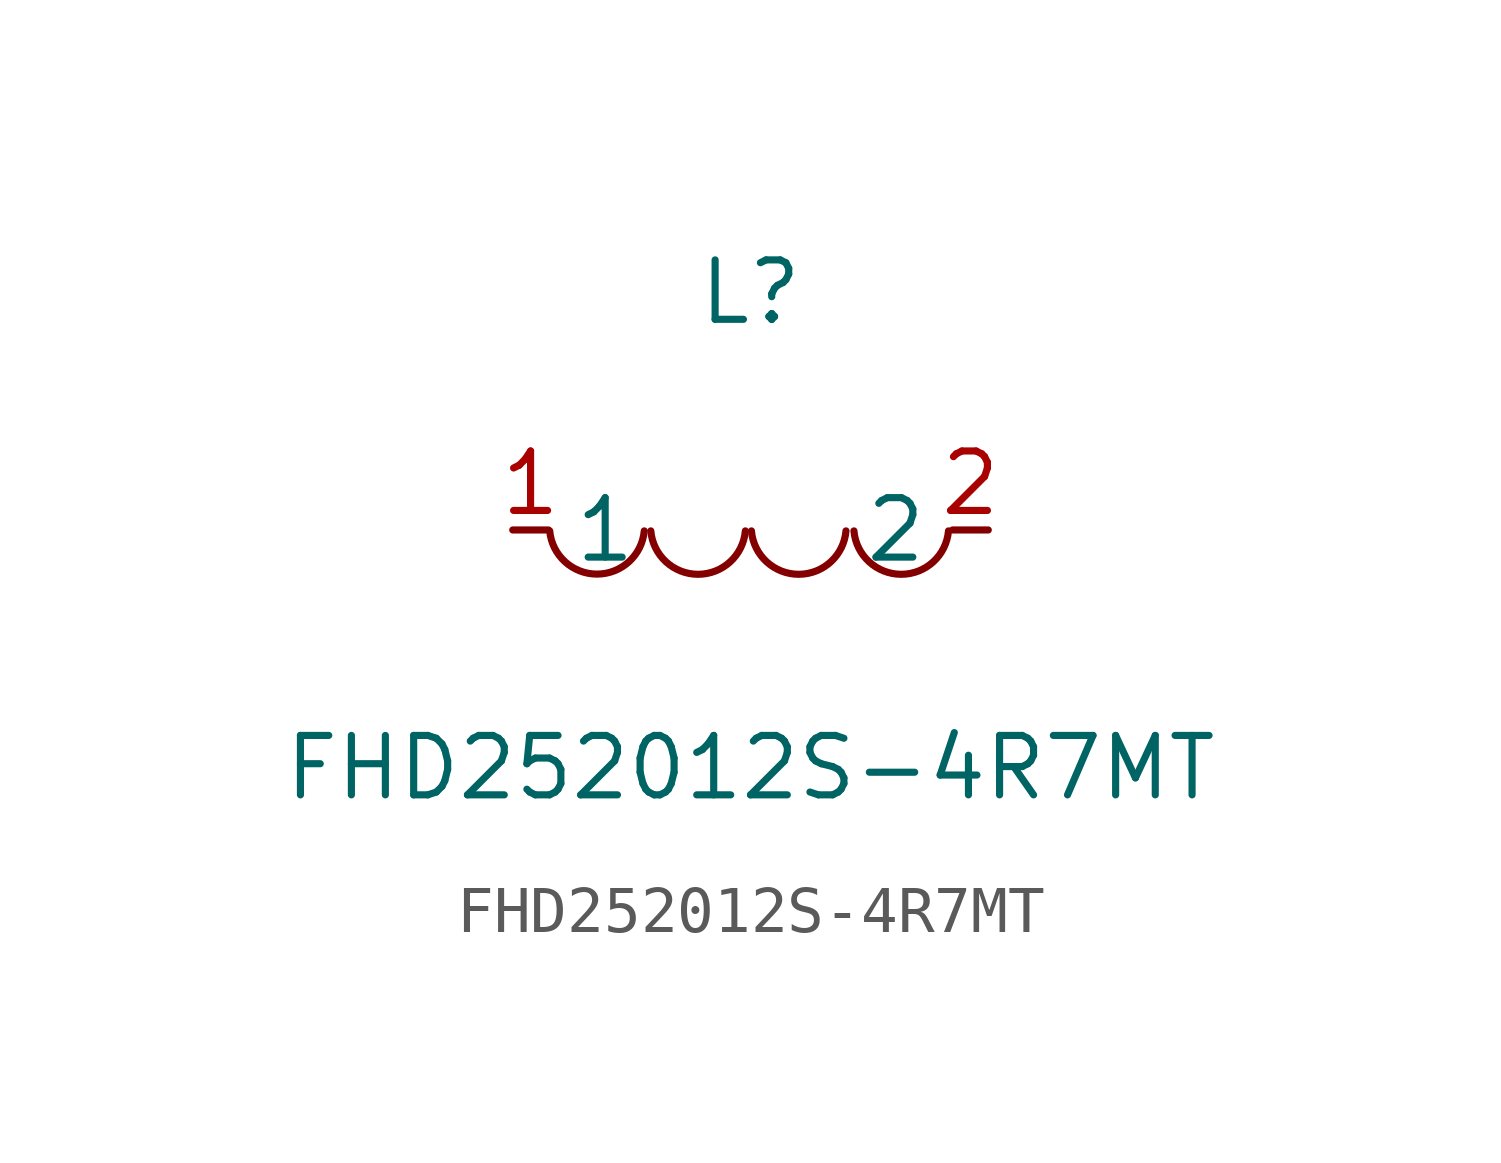
<source format=kicad_sym>
(kicad_symbol_lib
  (version 20211014)
  (generator https://github.com/uPesy/easyeda2kicad.py)
  (symbol "FHD252012S-4R7MT"
    (property "Reference" "L"
      (at 0 5.08 0)
      (effects (font (size 1.27 1.27))))
    (property "Value" "FHD252012S-4R7MT"
      (at 0 -5.08 0)
      (effects (font (size 1.27 1.27))))
    (symbol "FHD252012S-4R7MT_0_1"
      (arc (start 2.21 -0.02) (mid 3.68 -1.01) (end 4.23 -0.02) (stroke (width 0) (type default) (color 0 0 0 0)) (fill (type none)))
      (arc (start 0.02 -0.02) (mid 1.49 -1.01) (end 2.04 -0.02) (stroke (width 0) (type default) (color 0 0 0 0)) (fill (type none)))
      (arc (start -2.13 -0.02) (mid -0.66 -1.01) (end -0.11 -0.02) (stroke (width 0) (type default) (color 0 0 0 0)) (fill (type none)))
      (arc (start -4.29 -0.02) (mid -2.81 -1.01) (end -2.27 -0.02) (stroke (width 0) (type default) (color 0 0 0 0)) (fill (type none)))
      (pin unspecified line (at -5.08 -0.00 0) (length 0.762) (name "1" (effects (font (size 1.27 1.27)))) (number "1" (effects (font (size 1.27 1.27)))))
      (pin unspecified line (at 5.08 -0.00 180) (length 0.762) (name "2" (effects (font (size 1.27 1.27)))) (number "2" (effects (font (size 1.27 1.27))))))))
</source>
